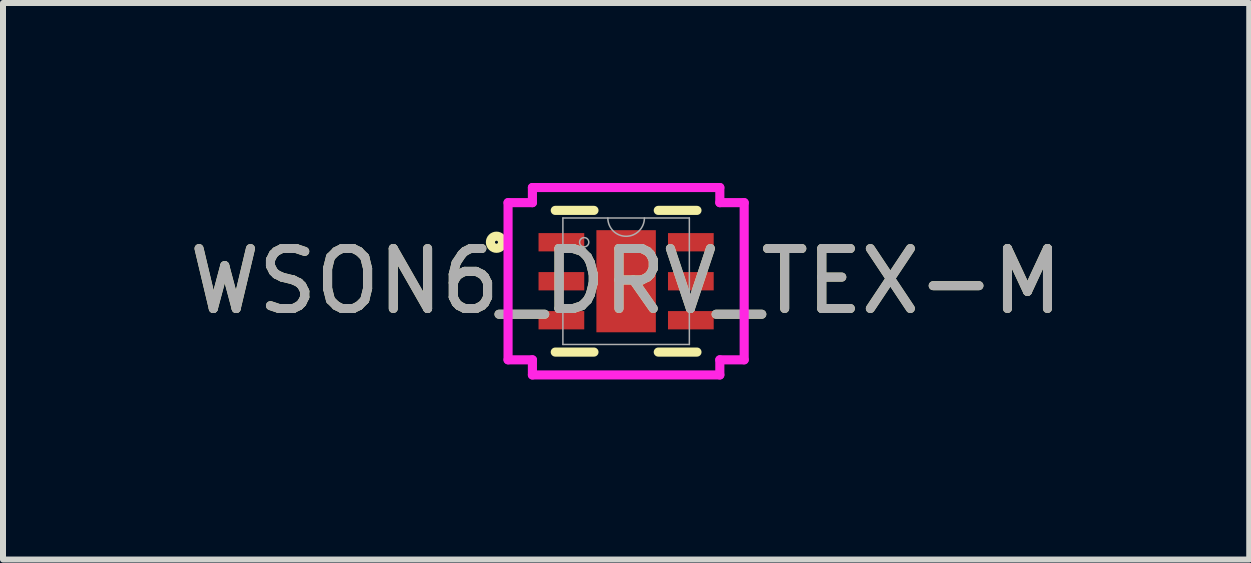
<source format=kicad_pcb>
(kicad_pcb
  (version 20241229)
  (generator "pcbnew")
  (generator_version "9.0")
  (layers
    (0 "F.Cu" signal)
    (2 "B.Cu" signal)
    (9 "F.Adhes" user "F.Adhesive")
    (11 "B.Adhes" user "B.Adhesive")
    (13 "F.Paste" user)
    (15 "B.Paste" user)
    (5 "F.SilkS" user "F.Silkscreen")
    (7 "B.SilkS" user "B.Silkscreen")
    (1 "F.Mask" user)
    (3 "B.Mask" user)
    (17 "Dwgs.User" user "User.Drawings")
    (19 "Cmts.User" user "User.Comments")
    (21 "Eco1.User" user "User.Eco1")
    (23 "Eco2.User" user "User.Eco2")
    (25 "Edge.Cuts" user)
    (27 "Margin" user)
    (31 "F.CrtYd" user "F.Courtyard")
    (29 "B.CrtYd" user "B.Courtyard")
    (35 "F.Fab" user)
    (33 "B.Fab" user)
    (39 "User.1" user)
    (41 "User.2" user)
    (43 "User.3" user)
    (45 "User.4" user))
  (footprint "WSON6_DRV_TEX-M"
    (layer "F.Cu")
    (at 7.387 1.638)
    (property "Reference" "WSON6_DRV_TEX-M" (at 0 0 0) (unlocked yes) (layer "F.SilkS") (effects (font (size 1 1) (thickness 0.15))))
    (attr smd)
    (fp_line (start -1.181 1.181) (end -0.536 1.181) (stroke (width 0.152) (type solid)) (layer "F.SilkS"))
    (fp_line (start -0.536 -1.181) (end -1.181 -1.181) (stroke (width 0.152) (type solid)) (layer "F.SilkS"))
    (fp_line (start 0.536 1.181) (end 1.181 1.181) (stroke (width 0.152) (type solid)) (layer "F.SilkS"))
    (fp_line (start 1.181 -1.181) (end 0.536 -1.181) (stroke (width 0.152) (type solid)) (layer "F.SilkS"))
    (fp_circle (center -2.161 -0.65) (end -2.06 -0.65) (stroke (width 0.152) (type solid)) (fill no) (layer "F.SilkS"))
    (fp_line (start -1.968 -1.31) (end -1.562 -1.31) (stroke (width 0.152) (type solid)) (layer "F.CrtYd"))
    (fp_line (start -1.968 1.31) (end -1.968 -1.31) (stroke (width 0.152) (type solid)) (layer "F.CrtYd"))
    (fp_line (start -1.968 1.31) (end -1.562 1.31) (stroke (width 0.152) (type solid)) (layer "F.CrtYd"))
    (fp_line (start -1.562 -1.562) (end 1.562 -1.562) (stroke (width 0.152) (type solid)) (layer "F.CrtYd"))
    (fp_line (start -1.562 -1.31) (end -1.562 -1.562) (stroke (width 0.152) (type solid)) (layer "F.CrtYd"))
    (fp_line (start -1.562 1.562) (end -1.562 1.31) (stroke (width 0.152) (type solid)) (layer "F.CrtYd"))
    (fp_line (start 1.562 -1.562) (end 1.562 -1.31) (stroke (width 0.152) (type solid)) (layer "F.CrtYd"))
    (fp_line (start 1.562 1.31) (end 1.562 1.562) (stroke (width 0.152) (type solid)) (layer "F.CrtYd"))
    (fp_line (start 1.562 1.562) (end -1.562 1.562) (stroke (width 0.152) (type solid)) (layer "F.CrtYd"))
    (fp_line (start 1.968 -1.31) (end 1.562 -1.31) (stroke (width 0.152) (type solid)) (layer "F.CrtYd"))
    (fp_line (start 1.968 -1.31) (end 1.968 1.31) (stroke (width 0.152) (type solid)) (layer "F.CrtYd"))
    (fp_line (start 1.968 1.31) (end 1.562 1.31) (stroke (width 0.152) (type solid)) (layer "F.CrtYd"))
    (fp_line (start -1.054 -1.054) (end -1.054 1.054) (stroke (width 0.025) (type solid)) (layer "F.Fab"))
    (fp_line (start -1.054 1.054) (end 1.054 1.054) (stroke (width 0.025) (type solid)) (layer "F.Fab"))
    (fp_line (start 1.054 -1.054) (end -1.054 -1.054) (stroke (width 0.025) (type solid)) (layer "F.Fab"))
    (fp_line (start 1.054 1.054) (end 1.054 -1.054) (stroke (width 0.025) (type solid)) (layer "F.Fab"))
    (fp_arc (start 0.3048 -1.0541) (mid 0 -0.7493) (end -0.3048 -1.0541) (stroke (width 0.0254) (type solid)) (layer "F.Fab"))
    (fp_circle (center -0.699 -0.65) (end -0.622 -0.65) (stroke (width 0.025) (type solid)) (fill no) (layer "F.Fab"))
    (fp_text user "${REFERENCE}" (at 0 0 0) (unlocked yes) (layer "F.Fab") (effects (font (size 1 1) (thickness 0.15))))
    (pad "1" smd rect (at -1.079 -0.65) (size 0.762 0.305) (layers "F.Cu" "F.Mask" "F.Paste"))
    (pad "2" smd rect (at -1.079 0) (size 0.762 0.305) (layers "F.Cu" "F.Mask" "F.Paste"))
    (pad "3" smd rect (at -1.079 0.65) (size 0.762 0.305) (layers "F.Cu" "F.Mask" "F.Paste"))
    (pad "4" smd rect (at 1.079 0.65) (size 0.762 0.305) (layers "F.Cu" "F.Mask" "F.Paste"))
    (pad "5" smd rect (at 1.079 0) (size 0.762 0.305) (layers "F.Cu" "F.Mask" "F.Paste"))
    (pad "6" smd rect (at 1.079 -0.65) (size 0.762 0.305) (layers "F.Cu" "F.Mask" "F.Paste"))
    (pad "7" smd rect (at 0 0) (size 0.991 1.702) (layers "F.Cu" "F.Mask" "F.Paste")))
  (gr_rect
    (start -3 -3)
    (end 17.774 6.277)
    (stroke (width 0.1) (type default))
    (fill no)
    (layer "Edge.Cuts")))
</source>
